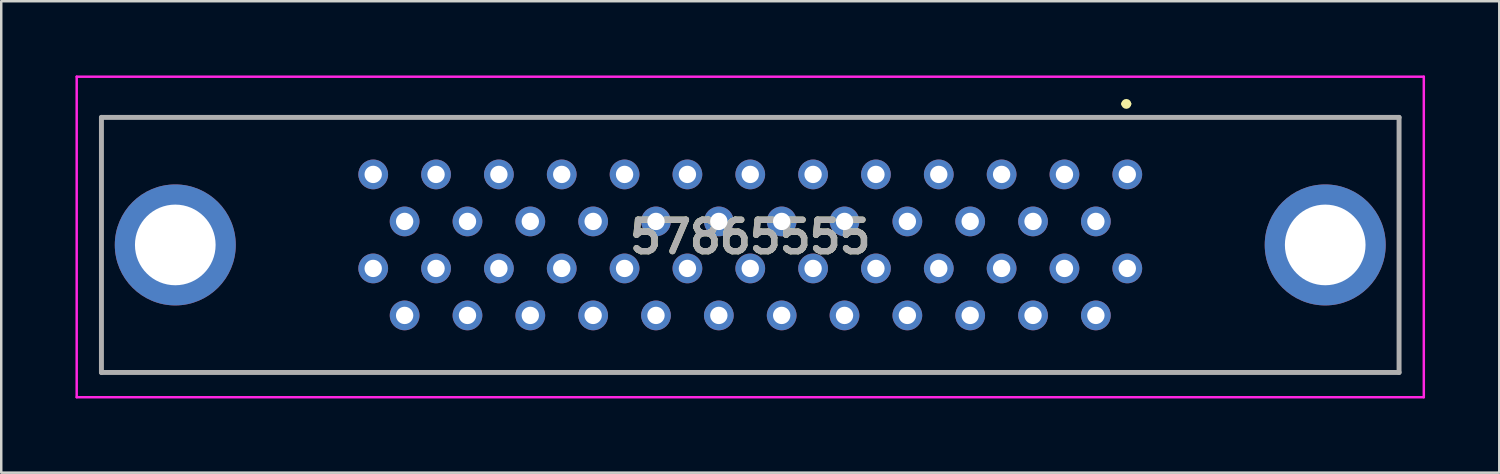
<source format=kicad_pcb>
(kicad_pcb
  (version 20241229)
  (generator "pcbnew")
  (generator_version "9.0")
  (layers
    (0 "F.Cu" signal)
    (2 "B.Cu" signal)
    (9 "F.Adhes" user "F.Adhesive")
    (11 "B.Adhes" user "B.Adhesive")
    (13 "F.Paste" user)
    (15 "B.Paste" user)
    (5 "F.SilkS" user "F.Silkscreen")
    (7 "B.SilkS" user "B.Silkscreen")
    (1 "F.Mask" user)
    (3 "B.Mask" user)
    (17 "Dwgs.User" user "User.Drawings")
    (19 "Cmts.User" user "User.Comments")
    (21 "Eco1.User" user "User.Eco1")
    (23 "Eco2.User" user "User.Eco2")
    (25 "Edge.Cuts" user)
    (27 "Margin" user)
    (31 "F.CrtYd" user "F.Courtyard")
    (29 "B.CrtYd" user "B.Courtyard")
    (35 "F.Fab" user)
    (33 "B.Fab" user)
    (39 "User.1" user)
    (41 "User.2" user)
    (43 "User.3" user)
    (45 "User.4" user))
  (footprint "57865555"
    (layer "F.Cu")
    (at 42.575 3.927)
    (property "Reference" "57865555" (at -15.3 2.6 0) (layer "F.SilkS") (effects (font (size 1.27 1.27) (thickness 0.254))))
    (attr through_hole)
    (fp_line (start -41.525 -2.232) (end 10.925 -2.232) (stroke (width 0.1) (type solid)) (layer "F.SilkS"))
    (fp_line (start -41.525 8.078) (end -41.525 -2.232) (stroke (width 0.1) (type solid)) (layer "F.SilkS"))
    (fp_line (start -0.2 -2.777) (end -0.2 -2.777) (stroke (width 0.2) (type solid)) (layer "F.SilkS"))
    (fp_line (start 0 -2.777) (end 0 -2.777) (stroke (width 0.2) (type solid)) (layer "F.SilkS"))
    (fp_line (start 10.925 -2.232) (end 10.925 8.078) (stroke (width 0.1) (type solid)) (layer "F.SilkS"))
    (fp_line (start 10.925 8.078) (end -41.525 8.078) (stroke (width 0.1) (type solid)) (layer "F.SilkS"))
    (fp_arc (start -0.2 -2.777) (mid -0.1005 -2.8775) (end 0 -2.778) (stroke (width 0.2) (type solid)) (layer "F.SilkS"))
    (fp_arc (start 0 -2.777) (mid -0.1005 -2.6775) (end -0.2 -2.778) (stroke (width 0.2) (type solid)) (layer "F.SilkS"))
    (fp_line (start -42.525 -3.877) (end 11.925 -3.877) (stroke (width 0.1) (type solid)) (layer "F.CrtYd"))
    (fp_line (start -42.525 9.078) (end -42.525 -3.877) (stroke (width 0.1) (type solid)) (layer "F.CrtYd"))
    (fp_line (start 11.925 -3.877) (end 11.925 9.078) (stroke (width 0.1) (type solid)) (layer "F.CrtYd"))
    (fp_line (start 11.925 9.078) (end -42.525 9.078) (stroke (width 0.1) (type solid)) (layer "F.CrtYd"))
    (fp_line (start -41.525 -2.232) (end 10.925 -2.232) (stroke (width 0.2) (type solid)) (layer "F.Fab"))
    (fp_line (start -41.525 8.078) (end -41.525 -2.232) (stroke (width 0.2) (type solid)) (layer "F.Fab"))
    (fp_line (start 10.925 -2.232) (end 10.925 8.078) (stroke (width 0.2) (type solid)) (layer "F.Fab"))
    (fp_line (start 10.925 8.078) (end -41.525 8.078) (stroke (width 0.2) (type solid)) (layer "F.Fab"))
    (fp_text user "${REFERENCE}" (at -15.3 2.6 0) (layer "F.Fab") (effects (font (size 1.27 1.27) (thickness 0.254))))
    (pad "1" thru_hole circle (at -0.06 0.073) (size 1.202 1.202) (drill 0.701) (layers "*.Cu" "*.Mask"))
    (pad "2" thru_hole circle (at -1.33 1.973) (size 1.202 1.202) (drill 0.701) (layers "*.Cu" "*.Mask"))
    (pad "3" thru_hole circle (at -2.6 0.073) (size 1.202 1.202) (drill 0.701) (layers "*.Cu" "*.Mask"))
    (pad "4" thru_hole circle (at -3.87 1.973) (size 1.202 1.202) (drill 0.701) (layers "*.Cu" "*.Mask"))
    (pad "5" thru_hole circle (at -5.14 0.073) (size 1.202 1.202) (drill 0.701) (layers "*.Cu" "*.Mask"))
    (pad "6" thru_hole circle (at -6.41 1.973) (size 1.202 1.202) (drill 0.701) (layers "*.Cu" "*.Mask"))
    (pad "7" thru_hole circle (at -7.68 0.073) (size 1.202 1.202) (drill 0.701) (layers "*.Cu" "*.Mask"))
    (pad "8" thru_hole circle (at -8.95 1.973) (size 1.202 1.202) (drill 0.701) (layers "*.Cu" "*.Mask"))
    (pad "9" thru_hole circle (at -10.22 0.073) (size 1.202 1.202) (drill 0.701) (layers "*.Cu" "*.Mask"))
    (pad "10" thru_hole circle (at -11.49 1.973) (size 1.202 1.202) (drill 0.701) (layers "*.Cu" "*.Mask"))
    (pad "11" thru_hole circle (at -12.76 0.073) (size 1.202 1.202) (drill 0.701) (layers "*.Cu" "*.Mask"))
    (pad "12" thru_hole circle (at -14.03 1.973) (size 1.202 1.202) (drill 0.701) (layers "*.Cu" "*.Mask"))
    (pad "13" thru_hole circle (at -15.3 0.073) (size 1.202 1.202) (drill 0.701) (layers "*.Cu" "*.Mask"))
    (pad "14" thru_hole circle (at -16.57 1.973) (size 1.202 1.202) (drill 0.701) (layers "*.Cu" "*.Mask"))
    (pad "15" thru_hole circle (at -17.84 0.073) (size 1.202 1.202) (drill 0.701) (layers "*.Cu" "*.Mask"))
    (pad "16" thru_hole circle (at -19.11 1.973) (size 1.202 1.202) (drill 0.701) (layers "*.Cu" "*.Mask"))
    (pad "17" thru_hole circle (at -20.38 0.073) (size 1.202 1.202) (drill 0.701) (layers "*.Cu" "*.Mask"))
    (pad "18" thru_hole circle (at -21.65 1.973) (size 1.202 1.202) (drill 0.701) (layers "*.Cu" "*.Mask"))
    (pad "19" thru_hole circle (at -22.92 0.073) (size 1.202 1.202) (drill 0.701) (layers "*.Cu" "*.Mask"))
    (pad "20" thru_hole circle (at -24.19 1.973) (size 1.202 1.202) (drill 0.701) (layers "*.Cu" "*.Mask"))
    (pad "21" thru_hole circle (at -25.46 0.073) (size 1.202 1.202) (drill 0.701) (layers "*.Cu" "*.Mask"))
    (pad "22" thru_hole circle (at -26.73 1.973) (size 1.202 1.202) (drill 0.701) (layers "*.Cu" "*.Mask"))
    (pad "23" thru_hole circle (at -28 0.073) (size 1.202 1.202) (drill 0.701) (layers "*.Cu" "*.Mask"))
    (pad "24" thru_hole circle (at -29.27 1.973) (size 1.202 1.202) (drill 0.701) (layers "*.Cu" "*.Mask"))
    (pad "25" thru_hole circle (at -30.54 0.073) (size 1.202 1.202) (drill 0.701) (layers "*.Cu" "*.Mask"))
    (pad "26" thru_hole circle (at -0.06 3.873) (size 1.202 1.202) (drill 0.701) (layers "*.Cu" "*.Mask"))
    (pad "27" thru_hole circle (at -1.33 5.772) (size 1.202 1.202) (drill 0.701) (layers "*.Cu" "*.Mask"))
    (pad "28" thru_hole circle (at -2.6 3.873) (size 1.202 1.202) (drill 0.701) (layers "*.Cu" "*.Mask"))
    (pad "29" thru_hole circle (at -3.87 5.772) (size 1.202 1.202) (drill 0.701) (layers "*.Cu" "*.Mask"))
    (pad "30" thru_hole circle (at -5.14 3.873) (size 1.202 1.202) (drill 0.701) (layers "*.Cu" "*.Mask"))
    (pad "31" thru_hole circle (at -6.41 5.772) (size 1.202 1.202) (drill 0.701) (layers "*.Cu" "*.Mask"))
    (pad "32" thru_hole circle (at -7.68 3.873) (size 1.202 1.202) (drill 0.701) (layers "*.Cu" "*.Mask"))
    (pad "33" thru_hole circle (at -8.95 5.772) (size 1.202 1.202) (drill 0.701) (layers "*.Cu" "*.Mask"))
    (pad "34" thru_hole circle (at -10.22 3.873) (size 1.202 1.202) (drill 0.701) (layers "*.Cu" "*.Mask"))
    (pad "35" thru_hole circle (at -11.49 5.772) (size 1.202 1.202) (drill 0.701) (layers "*.Cu" "*.Mask"))
    (pad "36" thru_hole circle (at -12.76 3.873) (size 1.202 1.202) (drill 0.701) (layers "*.Cu" "*.Mask"))
    (pad "37" thru_hole circle (at -14.03 5.772) (size 1.202 1.202) (drill 0.701) (layers "*.Cu" "*.Mask"))
    (pad "38" thru_hole circle (at -15.3 3.873) (size 1.202 1.202) (drill 0.701) (layers "*.Cu" "*.Mask"))
    (pad "39" thru_hole circle (at -16.57 5.772) (size 1.202 1.202) (drill 0.701) (layers "*.Cu" "*.Mask"))
    (pad "40" thru_hole circle (at -17.84 3.873) (size 1.202 1.202) (drill 0.701) (layers "*.Cu" "*.Mask"))
    (pad "41" thru_hole circle (at -19.11 5.772) (size 1.202 1.202) (drill 0.701) (layers "*.Cu" "*.Mask"))
    (pad "42" thru_hole circle (at -20.38 3.873) (size 1.202 1.202) (drill 0.701) (layers "*.Cu" "*.Mask"))
    (pad "43" thru_hole circle (at -21.65 5.772) (size 1.202 1.202) (drill 0.701) (layers "*.Cu" "*.Mask"))
    (pad "44" thru_hole circle (at -22.92 3.873) (size 1.202 1.202) (drill 0.701) (layers "*.Cu" "*.Mask"))
    (pad "45" thru_hole circle (at -24.19 5.772) (size 1.202 1.202) (drill 0.701) (layers "*.Cu" "*.Mask"))
    (pad "46" thru_hole circle (at -25.46 3.873) (size 1.202 1.202) (drill 0.701) (layers "*.Cu" "*.Mask"))
    (pad "47" thru_hole circle (at -26.73 5.772) (size 1.202 1.202) (drill 0.701) (layers "*.Cu" "*.Mask"))
    (pad "48" thru_hole circle (at -28 3.873) (size 1.202 1.202) (drill 0.701) (layers "*.Cu" "*.Mask"))
    (pad "49" thru_hole circle (at -29.27 5.772) (size 1.202 1.202) (drill 0.701) (layers "*.Cu" "*.Mask"))
    (pad "50" thru_hole circle (at -30.54 3.873) (size 1.202 1.202) (drill 0.701) (layers "*.Cu" "*.Mask"))
    (pad "51" thru_hole circle (at -38.54 2.923) (size 4.89 4.89) (drill 3.26) (layers "*.Cu" "*.Mask"))
    (pad "52" thru_hole circle (at 7.94 2.923) (size 4.89 4.89) (drill 3.26) (layers "*.Cu" "*.Mask")))
  (gr_rect
    (start -3 -3)
    (end 57.55 16.055)
    (stroke (width 0.1) (type default))
    (fill no)
    (layer "Edge.Cuts")))
</source>
